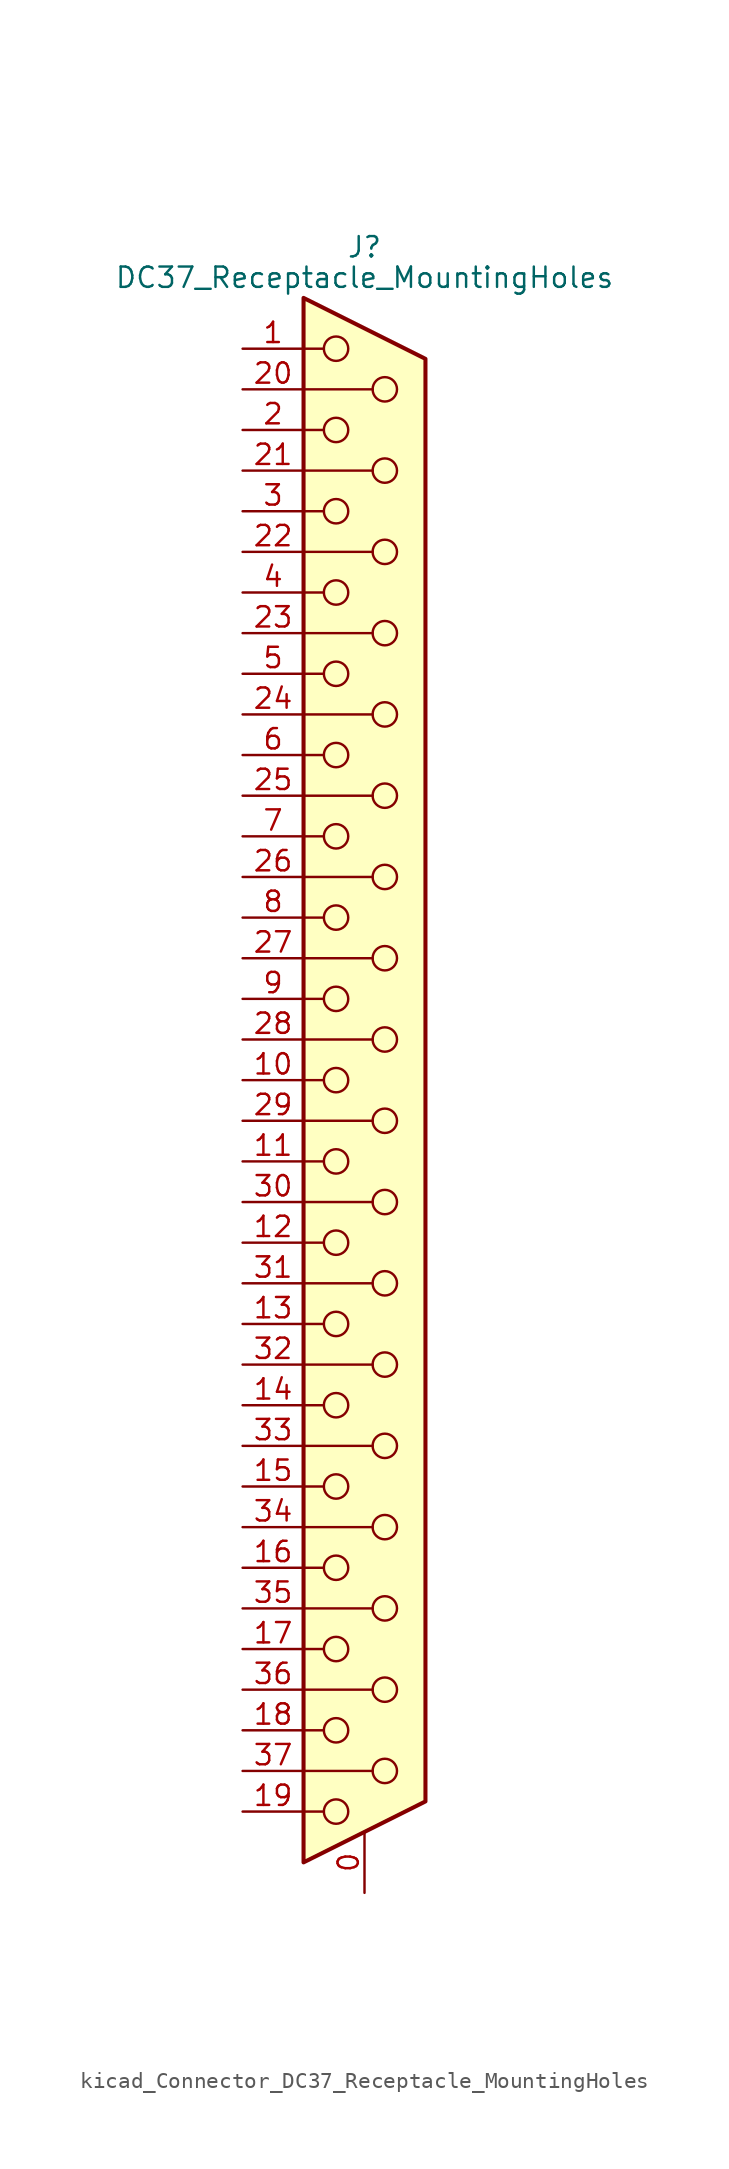
<source format=kicad_sym>
(kicad_symbol_lib
  (version 20220914)
  (generator kicad_symbol_editor)
  (symbol "kicad_Connector_DC37_Receptacle_MountingHoles"
    (pin_names
      (offset 1.016) hide)
    (property "Reference" "J"
      (at 0 52.07 0)
      (effects (font (size 1.27 1.27))))
    (property "Value" "DC37_Receptacle_MountingHoles"
      (at 0 50.165 0)
      (effects (font (size 1.27 1.27))))
    (symbol "kicad_Connector_DC37_Receptacle_MountingHoles_0_1"
      (circle (center -1.778 -45.72) (radius 0.762) (stroke (width 0) (type default)) (fill (type none)))
      (circle (center -1.778 -40.64) (radius 0.762) (stroke (width 0) (type default)) (fill (type none)))
      (circle (center -1.778 -35.56) (radius 0.762) (stroke (width 0) (type default)) (fill (type none)))
      (circle (center -1.778 -30.48) (radius 0.762) (stroke (width 0) (type default)) (fill (type none)))
      (circle (center -1.778 -25.4) (radius 0.762) (stroke (width 0) (type default)) (fill (type none)))
      (circle (center -1.778 -20.32) (radius 0.762) (stroke (width 0) (type default)) (fill (type none)))
      (circle (center -1.778 -15.24) (radius 0.762) (stroke (width 0) (type default)) (fill (type none)))
      (circle (center -1.778 -10.16) (radius 0.762) (stroke (width 0) (type default)) (fill (type none)))
      (circle (center -1.778 -5.08) (radius 0.762) (stroke (width 0) (type default)) (fill (type none)))
      (circle (center -1.778 0) (radius 0.762) (stroke (width 0) (type default)) (fill (type none)))
      (circle (center -1.778 5.08) (radius 0.762) (stroke (width 0) (type default)) (fill (type none)))
      (circle (center -1.778 10.16) (radius 0.762) (stroke (width 0) (type default)) (fill (type none)))
      (circle (center -1.778 15.24) (radius 0.762) (stroke (width 0) (type default)) (fill (type none)))
      (circle (center -1.778 20.32) (radius 0.762) (stroke (width 0) (type default)) (fill (type none)))
      (circle (center -1.778 25.4) (radius 0.762) (stroke (width 0) (type default)) (fill (type none)))
      (circle (center -1.778 30.48) (radius 0.762) (stroke (width 0) (type default)) (fill (type none)))
      (circle (center -1.778 35.56) (radius 0.762) (stroke (width 0) (type default)) (fill (type none)))
      (circle (center -1.778 40.64) (radius 0.762) (stroke (width 0) (type default)) (fill (type none)))
      (circle (center -1.778 45.72) (radius 0.762) (stroke (width 0) (type default)) (fill (type none)))
      (polyline (pts (xy -3.81 -45.72) (xy -2.54 -45.72)) (stroke (width 0) (type default)) (fill (type none)))
      (polyline (pts (xy -3.81 -43.18) (xy 0.508 -43.18)) (stroke (width 0) (type default)) (fill (type none)))
      (polyline (pts (xy -3.81 -40.64) (xy -2.54 -40.64)) (stroke (width 0) (type default)) (fill (type none)))
      (polyline (pts (xy -3.81 -38.1) (xy 0.508 -38.1)) (stroke (width 0) (type default)) (fill (type none)))
      (polyline (pts (xy -3.81 -35.56) (xy -2.54 -35.56)) (stroke (width 0) (type default)) (fill (type none)))
      (polyline (pts (xy -3.81 -33.02) (xy 0.508 -33.02)) (stroke (width 0) (type default)) (fill (type none)))
      (polyline (pts (xy -3.81 -30.48) (xy -2.54 -30.48)) (stroke (width 0) (type default)) (fill (type none)))
      (polyline (pts (xy -3.81 -27.94) (xy 0.508 -27.94)) (stroke (width 0) (type default)) (fill (type none)))
      (polyline (pts (xy -3.81 -25.4) (xy -2.54 -25.4)) (stroke (width 0) (type default)) (fill (type none)))
      (polyline (pts (xy -3.81 -22.86) (xy 0.508 -22.86)) (stroke (width 0) (type default)) (fill (type none)))
      (polyline (pts (xy -3.81 -20.32) (xy -2.54 -20.32)) (stroke (width 0) (type default)) (fill (type none)))
      (polyline (pts (xy -3.81 -17.78) (xy 0.508 -17.78)) (stroke (width 0) (type default)) (fill (type none)))
      (polyline (pts (xy -3.81 -15.24) (xy -2.54 -15.24)) (stroke (width 0) (type default)) (fill (type none)))
      (polyline (pts (xy -3.81 -12.7) (xy 0.508 -12.7)) (stroke (width 0) (type default)) (fill (type none)))
      (polyline (pts (xy -3.81 -10.16) (xy -2.54 -10.16)) (stroke (width 0) (type default)) (fill (type none)))
      (polyline (pts (xy -3.81 -7.62) (xy 0.508 -7.62)) (stroke (width 0) (type default)) (fill (type none)))
      (polyline (pts (xy -3.81 -5.08) (xy -2.54 -5.08)) (stroke (width 0) (type default)) (fill (type none)))
      (polyline (pts (xy -3.81 -2.54) (xy 0.508 -2.54)) (stroke (width 0) (type default)) (fill (type none)))
      (polyline (pts (xy -3.81 0) (xy -2.54 0)) (stroke (width 0) (type default)) (fill (type none)))
      (polyline (pts (xy -3.81 2.54) (xy 0.508 2.54)) (stroke (width 0) (type default)) (fill (type none)))
      (polyline (pts (xy -3.81 5.08) (xy -2.54 5.08)) (stroke (width 0) (type default)) (fill (type none)))
      (polyline (pts (xy -3.81 7.62) (xy 0.508 7.62)) (stroke (width 0) (type default)) (fill (type none)))
      (polyline (pts (xy -3.81 10.16) (xy -2.54 10.16)) (stroke (width 0) (type default)) (fill (type none)))
      (polyline (pts (xy -3.81 12.7) (xy 0.508 12.7)) (stroke (width 0) (type default)) (fill (type none)))
      (polyline (pts (xy -3.81 15.24) (xy -2.54 15.24)) (stroke (width 0) (type default)) (fill (type none)))
      (polyline (pts (xy -3.81 17.78) (xy 0.508 17.78)) (stroke (width 0) (type default)) (fill (type none)))
      (polyline (pts (xy -3.81 20.32) (xy -2.54 20.32)) (stroke (width 0) (type default)) (fill (type none)))
      (polyline (pts (xy -3.81 22.86) (xy 0.508 22.86)) (stroke (width 0) (type default)) (fill (type none)))
      (polyline (pts (xy -3.81 25.4) (xy -2.54 25.4)) (stroke (width 0) (type default)) (fill (type none)))
      (polyline (pts (xy -3.81 27.94) (xy 0.508 27.94)) (stroke (width 0) (type default)) (fill (type none)))
      (polyline (pts (xy -3.81 30.48) (xy -2.54 30.48)) (stroke (width 0) (type default)) (fill (type none)))
      (polyline (pts (xy -3.81 33.02) (xy 0.508 33.02)) (stroke (width 0) (type default)) (fill (type none)))
      (polyline (pts (xy -3.81 35.56) (xy -2.54 35.56)) (stroke (width 0) (type default)) (fill (type none)))
      (polyline (pts (xy -3.81 38.1) (xy 0.508 38.1)) (stroke (width 0) (type default)) (fill (type none)))
      (polyline (pts (xy -3.81 40.64) (xy -2.54 40.64)) (stroke (width 0) (type default)) (fill (type none)))
      (polyline (pts (xy -3.81 43.18) (xy 0.508 43.18)) (stroke (width 0) (type default)) (fill (type none)))
      (polyline (pts (xy -3.81 45.72) (xy -2.54 45.72)) (stroke (width 0) (type default)) (fill (type none)))
      (polyline (pts (xy -3.81 -48.895) (xy 3.81 -45.085) (xy 3.81 45.085) (xy -3.81 48.895) (xy -3.81 -48.895)) (stroke (width 0.254) (type default)) (fill (type background)))
      (circle (center 1.27 -43.18) (radius 0.762) (stroke (width 0) (type default)) (fill (type none)))
      (circle (center 1.27 -38.1) (radius 0.762) (stroke (width 0) (type default)) (fill (type none)))
      (circle (center 1.27 -33.02) (radius 0.762) (stroke (width 0) (type default)) (fill (type none)))
      (circle (center 1.27 -27.94) (radius 0.762) (stroke (width 0) (type default)) (fill (type none)))
      (circle (center 1.27 -22.86) (radius 0.762) (stroke (width 0) (type default)) (fill (type none)))
      (circle (center 1.27 -17.78) (radius 0.762) (stroke (width 0) (type default)) (fill (type none)))
      (circle (center 1.27 -12.7) (radius 0.762) (stroke (width 0) (type default)) (fill (type none)))
      (circle (center 1.27 -7.62) (radius 0.762) (stroke (width 0) (type default)) (fill (type none)))
      (circle (center 1.27 -2.54) (radius 0.762) (stroke (width 0) (type default)) (fill (type none)))
      (circle (center 1.27 2.54) (radius 0.762) (stroke (width 0) (type default)) (fill (type none)))
      (circle (center 1.27 7.62) (radius 0.762) (stroke (width 0) (type default)) (fill (type none)))
      (circle (center 1.27 12.7) (radius 0.762) (stroke (width 0) (type default)) (fill (type none)))
      (circle (center 1.27 17.78) (radius 0.762) (stroke (width 0) (type default)) (fill (type none)))
      (circle (center 1.27 22.86) (radius 0.762) (stroke (width 0) (type default)) (fill (type none)))
      (circle (center 1.27 27.94) (radius 0.762) (stroke (width 0) (type default)) (fill (type none)))
      (circle (center 1.27 33.02) (radius 0.762) (stroke (width 0) (type default)) (fill (type none)))
      (circle (center 1.27 38.1) (radius 0.762) (stroke (width 0) (type default)) (fill (type none)))
      (circle (center 1.27 43.18) (radius 0.762) (stroke (width 0) (type default)) (fill (type none))))
    (symbol "kicad_Connector_DC37_Receptacle_MountingHoles_1_1"
      (pin passive line (at 0 -50.8 90) (length 3.81) (name "PAD" (effects (font (size 1.27 1.27)))) (number "0" (effects (font (size 1.27 1.27)))))
      (pin passive line (at -7.62 45.72 0) (length 3.81) (name "1" (effects (font (size 1.27 1.27)))) (number "1" (effects (font (size 1.27 1.27)))))
      (pin passive line (at -7.62 0 0) (length 3.81) (name "10" (effects (font (size 1.27 1.27)))) (number "10" (effects (font (size 1.27 1.27)))))
      (pin passive line (at -7.62 -5.08 0) (length 3.81) (name "11" (effects (font (size 1.27 1.27)))) (number "11" (effects (font (size 1.27 1.27)))))
      (pin passive line (at -7.62 -10.16 0) (length 3.81) (name "12" (effects (font (size 1.27 1.27)))) (number "12" (effects (font (size 1.27 1.27)))))
      (pin passive line (at -7.62 -15.24 0) (length 3.81) (name "13" (effects (font (size 1.27 1.27)))) (number "13" (effects (font (size 1.27 1.27)))))
      (pin passive line (at -7.62 -20.32 0) (length 3.81) (name "14" (effects (font (size 1.27 1.27)))) (number "14" (effects (font (size 1.27 1.27)))))
      (pin passive line (at -7.62 -25.4 0) (length 3.81) (name "15" (effects (font (size 1.27 1.27)))) (number "15" (effects (font (size 1.27 1.27)))))
      (pin passive line (at -7.62 -30.48 0) (length 3.81) (name "16" (effects (font (size 1.27 1.27)))) (number "16" (effects (font (size 1.27 1.27)))))
      (pin passive line (at -7.62 -35.56 0) (length 3.81) (name "17" (effects (font (size 1.27 1.27)))) (number "17" (effects (font (size 1.27 1.27)))))
      (pin passive line (at -7.62 -40.64 0) (length 3.81) (name "18" (effects (font (size 1.27 1.27)))) (number "18" (effects (font (size 1.27 1.27)))))
      (pin passive line (at -7.62 -45.72 0) (length 3.81) (name "19" (effects (font (size 1.27 1.27)))) (number "19" (effects (font (size 1.27 1.27)))))
      (pin passive line (at -7.62 40.64 0) (length 3.81) (name "2" (effects (font (size 1.27 1.27)))) (number "2" (effects (font (size 1.27 1.27)))))
      (pin passive line (at -7.62 43.18 0) (length 3.81) (name "20" (effects (font (size 1.27 1.27)))) (number "20" (effects (font (size 1.27 1.27)))))
      (pin passive line (at -7.62 38.1 0) (length 3.81) (name "21" (effects (font (size 1.27 1.27)))) (number "21" (effects (font (size 1.27 1.27)))))
      (pin passive line (at -7.62 33.02 0) (length 3.81) (name "22" (effects (font (size 1.27 1.27)))) (number "22" (effects (font (size 1.27 1.27)))))
      (pin passive line (at -7.62 27.94 0) (length 3.81) (name "23" (effects (font (size 1.27 1.27)))) (number "23" (effects (font (size 1.27 1.27)))))
      (pin passive line (at -7.62 22.86 0) (length 3.81) (name "24" (effects (font (size 1.27 1.27)))) (number "24" (effects (font (size 1.27 1.27)))))
      (pin passive line (at -7.62 17.78 0) (length 3.81) (name "25" (effects (font (size 1.27 1.27)))) (number "25" (effects (font (size 1.27 1.27)))))
      (pin passive line (at -7.62 12.7 0) (length 3.81) (name "26" (effects (font (size 1.27 1.27)))) (number "26" (effects (font (size 1.27 1.27)))))
      (pin passive line (at -7.62 7.62 0) (length 3.81) (name "27" (effects (font (size 1.27 1.27)))) (number "27" (effects (font (size 1.27 1.27)))))
      (pin passive line (at -7.62 2.54 0) (length 3.81) (name "28" (effects (font (size 1.27 1.27)))) (number "28" (effects (font (size 1.27 1.27)))))
      (pin passive line (at -7.62 -2.54 0) (length 3.81) (name "29" (effects (font (size 1.27 1.27)))) (number "29" (effects (font (size 1.27 1.27)))))
      (pin passive line (at -7.62 35.56 0) (length 3.81) (name "3" (effects (font (size 1.27 1.27)))) (number "3" (effects (font (size 1.27 1.27)))))
      (pin passive line (at -7.62 -7.62 0) (length 3.81) (name "30" (effects (font (size 1.27 1.27)))) (number "30" (effects (font (size 1.27 1.27)))))
      (pin passive line (at -7.62 -12.7 0) (length 3.81) (name "31" (effects (font (size 1.27 1.27)))) (number "31" (effects (font (size 1.27 1.27)))))
      (pin passive line (at -7.62 -17.78 0) (length 3.81) (name "32" (effects (font (size 1.27 1.27)))) (number "32" (effects (font (size 1.27 1.27)))))
      (pin passive line (at -7.62 -22.86 0) (length 3.81) (name "33" (effects (font (size 1.27 1.27)))) (number "33" (effects (font (size 1.27 1.27)))))
      (pin passive line (at -7.62 -27.94 0) (length 3.81) (name "34" (effects (font (size 1.27 1.27)))) (number "34" (effects (font (size 1.27 1.27)))))
      (pin passive line (at -7.62 -33.02 0) (length 3.81) (name "35" (effects (font (size 1.27 1.27)))) (number "35" (effects (font (size 1.27 1.27)))))
      (pin passive line (at -7.62 -38.1 0) (length 3.81) (name "36" (effects (font (size 1.27 1.27)))) (number "36" (effects (font (size 1.27 1.27)))))
      (pin passive line (at -7.62 -43.18 0) (length 3.81) (name "37" (effects (font (size 1.27 1.27)))) (number "37" (effects (font (size 1.27 1.27)))))
      (pin passive line (at -7.62 30.48 0) (length 3.81) (name "4" (effects (font (size 1.27 1.27)))) (number "4" (effects (font (size 1.27 1.27)))))
      (pin passive line (at -7.62 25.4 0) (length 3.81) (name "5" (effects (font (size 1.27 1.27)))) (number "5" (effects (font (size 1.27 1.27)))))
      (pin passive line (at -7.62 20.32 0) (length 3.81) (name "6" (effects (font (size 1.27 1.27)))) (number "6" (effects (font (size 1.27 1.27)))))
      (pin passive line (at -7.62 15.24 0) (length 3.81) (name "7" (effects (font (size 1.27 1.27)))) (number "7" (effects (font (size 1.27 1.27)))))
      (pin passive line (at -7.62 10.16 0) (length 3.81) (name "8" (effects (font (size 1.27 1.27)))) (number "8" (effects (font (size 1.27 1.27)))))
      (pin passive line (at -7.62 5.08 0) (length 3.81) (name "9" (effects (font (size 1.27 1.27)))) (number "9" (effects (font (size 1.27 1.27))))))))
</source>
